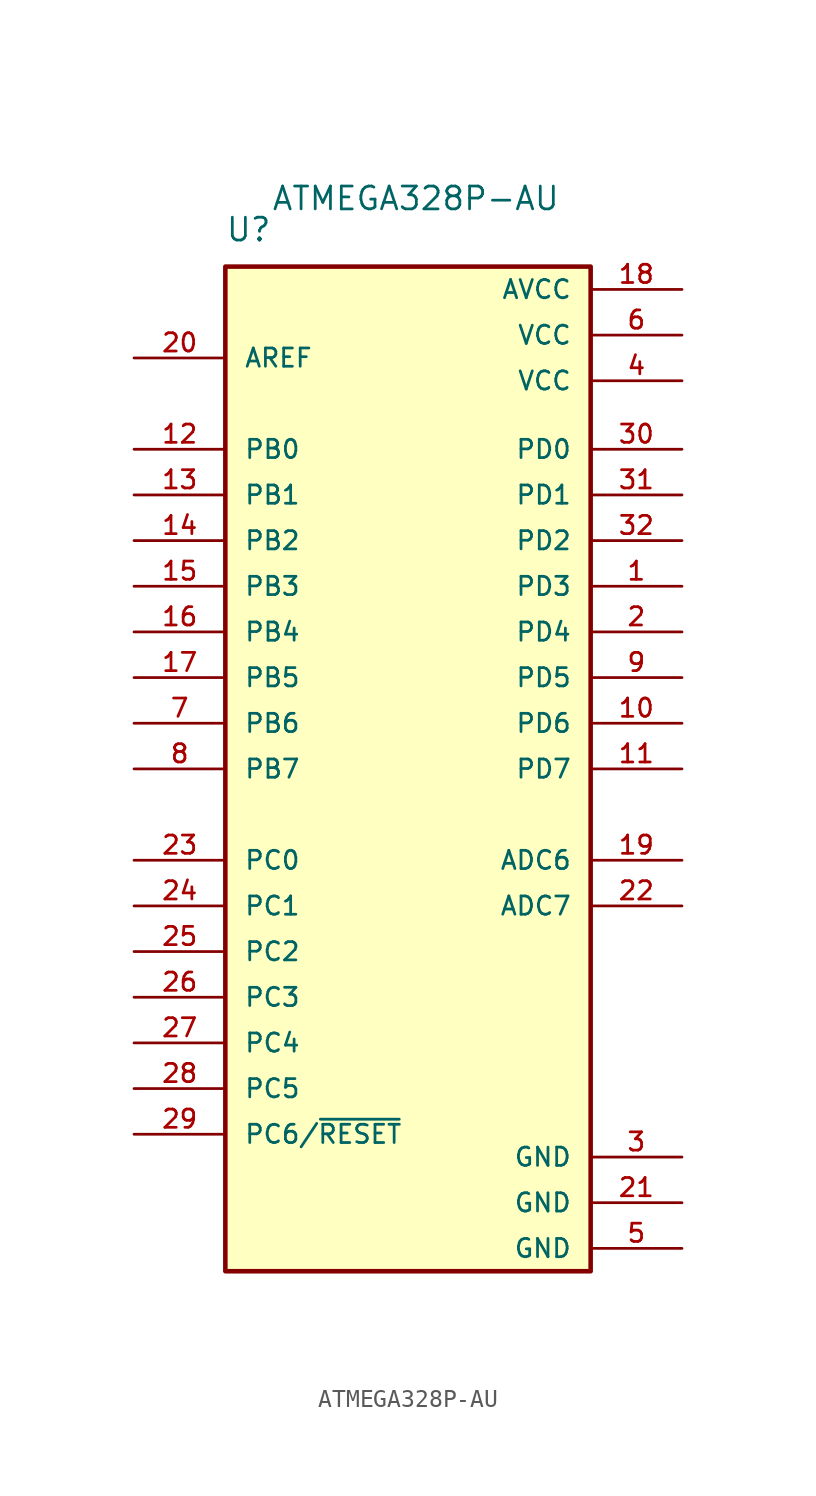
<source format=kicad_sym>
(kicad_symbol_lib
  (version 20241209)
  (generator "kicad_symbol_editor")
  (generator_version "9.0")
  (symbol "ATMEGA328P-AU"
    (pin_names
      (offset 1.016))
    (property "Reference" "U"
      (at -10.175 29.255 0)
      (effects (font (size 1.27 1.27)) (justify left bottom)))
    (property "Value" "ATMEGA328P-AU"
      (at -7.62 30.988 0)
      (effects (font (size 1.27 1.27)) (justify left bottom)))
    (symbol "ATMEGA328P-AU_0_0"
      (rectangle (start -10.16 27.94) (end 10.16 -27.94) (stroke (width 0.254) (type default)) (fill (type background)))
      (pin input line (at -15.24 22.86 0) (length 5.08) (name "AREF" (effects (font (size 1.016 1.016)))) (number "20" (effects (font (size 1.016 1.016)))))
      (pin bidirectional line (at -15.24 17.78 0) (length 5.08) (name "PB0" (effects (font (size 1.016 1.016)))) (number "12" (effects (font (size 1.016 1.016)))))
      (pin bidirectional line (at -15.24 15.24 0) (length 5.08) (name "PB1" (effects (font (size 1.016 1.016)))) (number "13" (effects (font (size 1.016 1.016)))))
      (pin bidirectional line (at -15.24 12.7 0) (length 5.08) (name "PB2" (effects (font (size 1.016 1.016)))) (number "14" (effects (font (size 1.016 1.016)))))
      (pin bidirectional line (at -15.24 10.16 0) (length 5.08) (name "PB3" (effects (font (size 1.016 1.016)))) (number "15" (effects (font (size 1.016 1.016)))))
      (pin bidirectional line (at -15.24 7.62 0) (length 5.08) (name "PB4" (effects (font (size 1.016 1.016)))) (number "16" (effects (font (size 1.016 1.016)))))
      (pin bidirectional line (at -15.24 5.08 0) (length 5.08) (name "PB5" (effects (font (size 1.016 1.016)))) (number "17" (effects (font (size 1.016 1.016)))))
      (pin bidirectional line (at -15.24 2.54 0) (length 5.08) (name "PB6" (effects (font (size 1.016 1.016)))) (number "7" (effects (font (size 1.016 1.016)))))
      (pin bidirectional line (at -15.24 0 0) (length 5.08) (name "PB7" (effects (font (size 1.016 1.016)))) (number "8" (effects (font (size 1.016 1.016)))))
      (pin bidirectional line (at -15.24 -5.08 0) (length 5.08) (name "PC0" (effects (font (size 1.016 1.016)))) (number "23" (effects (font (size 1.016 1.016)))))
      (pin bidirectional line (at -15.24 -7.62 0) (length 5.08) (name "PC1" (effects (font (size 1.016 1.016)))) (number "24" (effects (font (size 1.016 1.016)))))
      (pin bidirectional line (at -15.24 -10.16 0) (length 5.08) (name "PC2" (effects (font (size 1.016 1.016)))) (number "25" (effects (font (size 1.016 1.016)))))
      (pin bidirectional line (at -15.24 -12.7 0) (length 5.08) (name "PC3" (effects (font (size 1.016 1.016)))) (number "26" (effects (font (size 1.016 1.016)))))
      (pin bidirectional line (at -15.24 -15.24 0) (length 5.08) (name "PC4" (effects (font (size 1.016 1.016)))) (number "27" (effects (font (size 1.016 1.016)))))
      (pin bidirectional line (at -15.24 -17.78 0) (length 5.08) (name "PC5" (effects (font (size 1.016 1.016)))) (number "28" (effects (font (size 1.016 1.016)))))
      (pin bidirectional line (at -15.24 -20.32 0) (length 5.08) (name "PC6/~{RESET}" (effects (font (size 1.016 1.016)))) (number "29" (effects (font (size 1.016 1.016)))))
      (pin power_in line (at 15.24 26.67 180) (length 5.08) (name "AVCC" (effects (font (size 1.016 1.016)))) (number "18" (effects (font (size 1.016 1.016)))))
      (pin power_in line (at 15.24 24.13 180) (length 5.08) (name "VCC" (effects (font (size 1.016 1.016)))) (number "6" (effects (font (size 1.016 1.016)))))
      (pin power_in line (at 15.24 21.59 180) (length 5.08) (name "VCC" (effects (font (size 1.016 1.016)))) (number "4" (effects (font (size 1.016 1.016)))))
      (pin bidirectional line (at 15.24 17.78 180) (length 5.08) (name "PD0" (effects (font (size 1.016 1.016)))) (number "30" (effects (font (size 1.016 1.016)))))
      (pin bidirectional line (at 15.24 15.24 180) (length 5.08) (name "PD1" (effects (font (size 1.016 1.016)))) (number "31" (effects (font (size 1.016 1.016)))))
      (pin bidirectional line (at 15.24 12.7 180) (length 5.08) (name "PD2" (effects (font (size 1.016 1.016)))) (number "32" (effects (font (size 1.016 1.016)))))
      (pin bidirectional line (at 15.24 10.16 180) (length 5.08) (name "PD3" (effects (font (size 1.016 1.016)))) (number "1" (effects (font (size 1.016 1.016)))))
      (pin bidirectional line (at 15.24 7.62 180) (length 5.08) (name "PD4" (effects (font (size 1.016 1.016)))) (number "2" (effects (font (size 1.016 1.016)))))
      (pin bidirectional line (at 15.24 5.08 180) (length 5.08) (name "PD5" (effects (font (size 1.016 1.016)))) (number "9" (effects (font (size 1.016 1.016)))))
      (pin bidirectional line (at 15.24 2.54 180) (length 5.08) (name "PD6" (effects (font (size 1.016 1.016)))) (number "10" (effects (font (size 1.016 1.016)))))
      (pin bidirectional line (at 15.24 0 180) (length 5.08) (name "PD7" (effects (font (size 1.016 1.016)))) (number "11" (effects (font (size 1.016 1.016)))))
      (pin bidirectional line (at 15.24 -5.08 180) (length 5.08) (name "ADC6" (effects (font (size 1.016 1.016)))) (number "19" (effects (font (size 1.016 1.016)))))
      (pin bidirectional line (at 15.24 -7.62 180) (length 5.08) (name "ADC7" (effects (font (size 1.016 1.016)))) (number "22" (effects (font (size 1.016 1.016)))))
      (pin power_in line (at 15.24 -21.59 180) (length 5.08) (name "GND" (effects (font (size 1.016 1.016)))) (number "3" (effects (font (size 1.016 1.016)))))
      (pin power_in line (at 15.24 -24.13 180) (length 5.08) (name "GND" (effects (font (size 1.016 1.016)))) (number "21" (effects (font (size 1.016 1.016)))))
      (pin power_in line (at 15.24 -26.67 180) (length 5.08) (name "GND" (effects (font (size 1.016 1.016)))) (number "5" (effects (font (size 1.016 1.016))))))))
</source>
